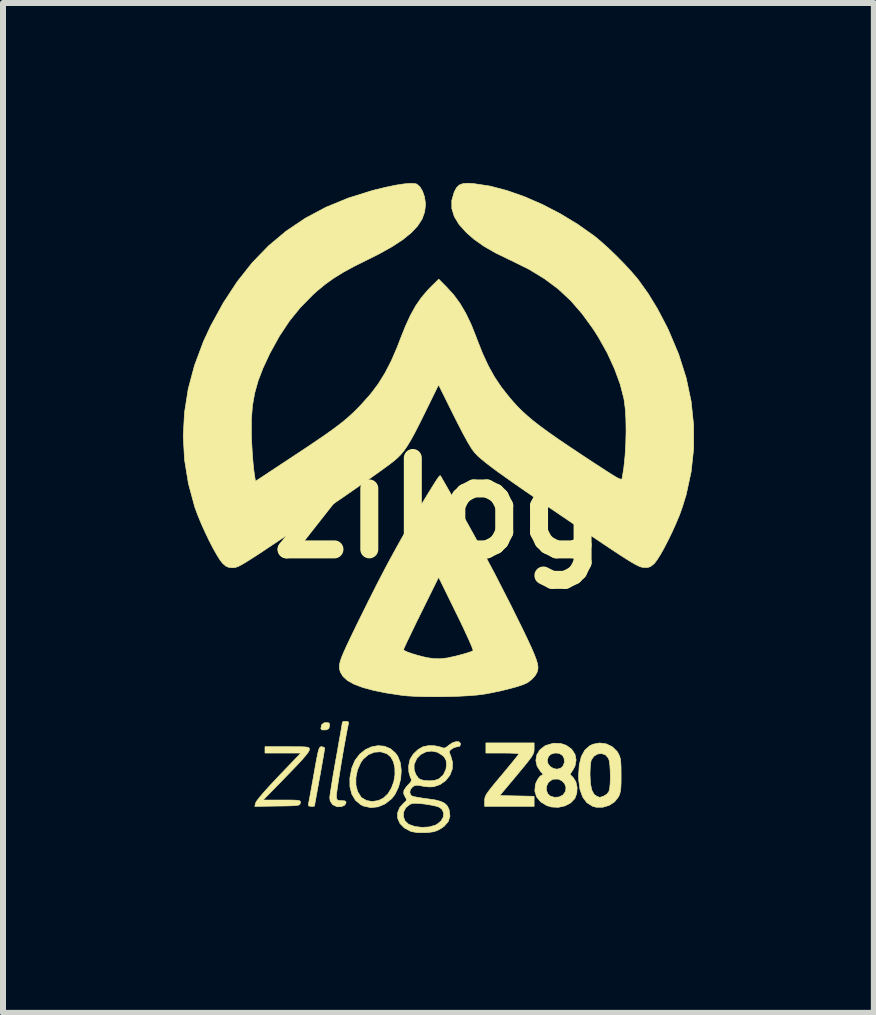
<source format=kicad_pcb>
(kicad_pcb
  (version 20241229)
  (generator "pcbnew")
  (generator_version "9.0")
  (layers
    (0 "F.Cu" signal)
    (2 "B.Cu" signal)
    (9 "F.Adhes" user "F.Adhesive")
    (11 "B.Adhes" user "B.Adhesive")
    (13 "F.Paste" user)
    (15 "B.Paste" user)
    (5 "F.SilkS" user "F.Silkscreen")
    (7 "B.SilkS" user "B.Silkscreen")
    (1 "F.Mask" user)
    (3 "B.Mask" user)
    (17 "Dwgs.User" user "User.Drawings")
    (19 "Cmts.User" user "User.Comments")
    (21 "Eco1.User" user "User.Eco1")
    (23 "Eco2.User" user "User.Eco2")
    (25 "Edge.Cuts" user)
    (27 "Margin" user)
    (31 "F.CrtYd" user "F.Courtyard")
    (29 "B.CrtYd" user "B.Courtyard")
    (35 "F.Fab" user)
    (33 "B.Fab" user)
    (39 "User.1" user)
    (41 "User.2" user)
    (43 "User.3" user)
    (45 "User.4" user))
  (footprint "zilog"
    (layer "F.Cu")
    (at 4.268 5.42)
    (property "Reference" "zilog" (at 0 0 0) (layer "F.SilkS") (effects (font (size 1.524 1.524) (thickness 0.3))))
    (attr through_hole)
    (fp_poly (pts (xy -1.836 3.582) (xy -1.823 3.604) (xy -1.824 3.635) (xy -1.836 3.677) (xy -1.869 3.696) (xy -1.9 3.7) (xy -1.95 3.699) (xy -1.968 3.68) (xy -1.968 3.675) (xy -1.956 3.613) (xy -1.916 3.582) (xy -1.88 3.577) (xy -1.836 3.582)) (stroke (width 0.01) (type solid)) (fill yes) (layer "F.SilkS"))
    (fp_poly (pts (xy -1.916 3.989) (xy -1.905 4.006) (xy -1.909 4.034) (xy -1.919 4.098) (xy -1.935 4.19) (xy -1.955 4.304) (xy -1.978 4.435) (xy -1.99 4.498) (xy -2.014 4.632) (xy -2.036 4.752) (xy -2.054 4.851) (xy -2.067 4.923) (xy -2.073 4.963) (xy -2.074 4.968) (xy -2.093 4.973) (xy -2.13 4.974) (xy -2.169 4.968) (xy -2.177 4.944) (xy -2.174 4.927) (xy -2.167 4.892) (xy -2.154 4.823) (xy -2.136 4.726) (xy -2.115 4.607) (xy -2.091 4.475) (xy -2.083 4.429) (xy -2.057 4.281) (xy -2.036 4.17) (xy -2.02 4.09) (xy -2.006 4.036) (xy -1.994 4.003) (xy -1.981 3.986) (xy -1.967 3.98) (xy -1.954 3.979) (xy -1.916 3.989)) (stroke (width 0.01) (type solid)) (fill yes) (layer "F.SilkS"))
    (fp_poly (pts (xy 1.587 4.012) (xy 1.586 4.045) (xy 1.581 4.076) (xy 1.567 4.109) (xy 1.542 4.151) (xy 1.501 4.206) (xy 1.443 4.279) (xy 1.362 4.377) (xy 1.301 4.451) (xy 1.014 4.794) (xy 1.301 4.8) (xy 1.587 4.806) (xy 1.587 4.974) (xy 0.762 4.974) (xy 0.762 4.883) (xy 0.763 4.85) (xy 0.77 4.82) (xy 0.785 4.785) (xy 0.812 4.742) (xy 0.855 4.685) (xy 0.917 4.608) (xy 1.001 4.507) (xy 1.048 4.451) (xy 1.133 4.349) (xy 1.208 4.258) (xy 1.269 4.183) (xy 1.312 4.129) (xy 1.332 4.101) (xy 1.333 4.098) (xy 1.314 4.093) (xy 1.259 4.089) (xy 1.178 4.086) (xy 1.079 4.085) (xy 1.058 4.085) (xy 0.783 4.085) (xy 0.783 3.916) (xy 1.587 3.916) (xy 1.587 4.012)) (stroke (width 0.01) (type solid)) (fill yes) (layer "F.SilkS"))
    (fp_poly (pts (xy -1.514 3.562) (xy -1.506 3.586) (xy -1.51 3.604) (xy -1.524 3.669) (xy -1.542 3.762) (xy -1.563 3.879) (xy -1.587 4.01) (xy -1.611 4.151) (xy -1.635 4.293) (xy -1.657 4.431) (xy -1.677 4.557) (xy -1.693 4.666) (xy -1.705 4.749) (xy -1.71 4.801) (xy -1.71 4.813) (xy -1.702 4.856) (xy -1.68 4.875) (xy -1.631 4.879) (xy -1.624 4.879) (xy -1.571 4.882) (xy -1.55 4.897) (xy -1.55 4.92) (xy -1.574 4.956) (xy -1.626 4.978) (xy -1.691 4.981) (xy -1.704 4.978) (xy -1.773 4.945) (xy -1.813 4.884) (xy -1.82 4.834) (xy -1.817 4.795) (xy -1.806 4.721) (xy -1.79 4.618) (xy -1.77 4.49) (xy -1.745 4.346) (xy -1.718 4.19) (xy -1.714 4.172) (xy -1.687 4.019) (xy -1.663 3.88) (xy -1.641 3.76) (xy -1.625 3.665) (xy -1.614 3.599) (xy -1.609 3.569) (xy -1.609 3.568) (xy -1.59 3.559) (xy -1.553 3.556) (xy -1.514 3.562)) (stroke (width 0.01) (type solid)) (fill yes) (layer "F.SilkS"))
    (fp_poly (pts (xy -2.396 3.98) (xy -2.299 3.98) (xy -2.233 3.983) (xy -2.192 3.988) (xy -2.17 3.995) (xy -2.161 4.007) (xy -2.159 4.022) (xy -2.159 4.024) (xy -2.164 4.044) (xy -2.181 4.074) (xy -2.213 4.116) (xy -2.261 4.173) (xy -2.329 4.248) (xy -2.419 4.343) (xy -2.534 4.462) (xy -2.676 4.608) (xy -2.698 4.63) (xy -2.931 4.868) (xy -2.618 4.868) (xy -2.497 4.868) (xy -2.412 4.87) (xy -2.357 4.873) (xy -2.326 4.879) (xy -2.312 4.889) (xy -2.309 4.903) (xy -2.311 4.916) (xy -2.315 4.933) (xy -2.324 4.945) (xy -2.345 4.954) (xy -2.383 4.96) (xy -2.444 4.964) (xy -2.535 4.967) (xy -2.661 4.969) (xy -2.694 4.969) (xy -3.07 4.975) (xy -3.056 4.916) (xy -3.036 4.882) (xy -2.989 4.821) (xy -2.917 4.737) (xy -2.823 4.632) (xy -2.709 4.511) (xy -2.672 4.471) (xy -2.302 4.085) (xy -2.9 4.085) (xy -2.9 3.979) (xy -2.529 3.979) (xy -2.396 3.98)) (stroke (width 0.01) (type solid)) (fill yes) (layer "F.SilkS"))
    (fp_poly (pts (xy -0.909 3.971) (xy -0.81 4.012) (xy -0.724 4.086) (xy -0.684 4.143) (xy -0.642 4.251) (xy -0.628 4.38) (xy -0.638 4.517) (xy -0.673 4.65) (xy -0.729 4.769) (xy -0.787 4.845) (xy -0.896 4.932) (xy -1.015 4.982) (xy -1.136 4.995) (xy -1.255 4.969) (xy -1.302 4.947) (xy -1.391 4.873) (xy -1.452 4.771) (xy -1.484 4.646) (xy -1.485 4.501) (xy -1.484 4.495) (xy -1.384 4.495) (xy -1.384 4.618) (xy -1.355 4.729) (xy -1.299 4.818) (xy -1.287 4.83) (xy -1.207 4.877) (xy -1.111 4.893) (xy -1.01 4.877) (xy -0.927 4.837) (xy -0.85 4.764) (xy -0.792 4.669) (xy -0.752 4.56) (xy -0.733 4.445) (xy -0.735 4.333) (xy -0.758 4.231) (xy -0.804 4.149) (xy -0.867 4.096) (xy -0.972 4.064) (xy -1.078 4.071) (xy -1.178 4.113) (xy -1.264 4.188) (xy -1.303 4.243) (xy -1.358 4.367) (xy -1.384 4.495) (xy -1.484 4.495) (xy -1.454 4.341) (xy -1.452 4.332) (xy -1.399 4.207) (xy -1.322 4.106) (xy -1.229 4.03) (xy -1.125 3.982) (xy -1.016 3.962) (xy -0.909 3.971)) (stroke (width 0.01) (type solid)) (fill yes) (layer "F.SilkS"))
    (fp_poly (pts (xy 2.79 3.932) (xy 2.89 3.98) (xy 2.97 4.058) (xy 2.993 4.096) (xy 3.012 4.137) (xy 3.025 4.182) (xy 3.032 4.24) (xy 3.036 4.32) (xy 3.037 4.432) (xy 3.037 4.456) (xy 3.037 4.574) (xy 3.033 4.66) (xy 3.026 4.721) (xy 3.014 4.768) (xy 2.997 4.81) (xy 2.994 4.815) (xy 2.929 4.898) (xy 2.838 4.957) (xy 2.732 4.989) (xy 2.623 4.989) (xy 2.561 4.972) (xy 2.467 4.913) (xy 2.398 4.821) (xy 2.352 4.695) (xy 2.33 4.534) (xy 2.328 4.456) (xy 2.329 4.447) (xy 2.519 4.447) (xy 2.526 4.592) (xy 2.547 4.699) (xy 2.584 4.77) (xy 2.629 4.804) (xy 2.667 4.819) (xy 2.68 4.825) (xy 2.699 4.819) (xy 2.742 4.805) (xy 2.746 4.804) (xy 2.799 4.771) (xy 2.833 4.729) (xy 2.847 4.675) (xy 2.855 4.592) (xy 2.858 4.492) (xy 2.856 4.388) (xy 2.85 4.29) (xy 2.839 4.212) (xy 2.826 4.171) (xy 2.778 4.116) (xy 2.714 4.094) (xy 2.646 4.101) (xy 2.585 4.137) (xy 2.541 4.2) (xy 2.539 4.204) (xy 2.53 4.249) (xy 2.523 4.323) (xy 2.519 4.413) (xy 2.519 4.447) (xy 2.329 4.447) (xy 2.34 4.282) (xy 2.374 4.143) (xy 2.432 4.037) (xy 2.514 3.964) (xy 2.568 3.938) (xy 2.679 3.917) (xy 2.79 3.932)) (stroke (width 0.01) (type solid)) (fill yes) (layer "F.SilkS"))
    (fp_poly (pts (xy 2.036 3.927) (xy 2.126 3.958) (xy 2.213 4.021) (xy 2.268 4.105) (xy 2.287 4.201) (xy 2.269 4.301) (xy 2.235 4.365) (xy 2.185 4.44) (xy 2.239 4.494) (xy 2.283 4.565) (xy 2.304 4.657) (xy 2.299 4.753) (xy 2.268 4.838) (xy 2.266 4.843) (xy 2.196 4.916) (xy 2.101 4.966) (xy 1.992 4.99) (xy 1.879 4.985) (xy 1.799 4.962) (xy 1.696 4.899) (xy 1.629 4.817) (xy 1.599 4.721) (xy 1.6 4.704) (xy 1.791 4.704) (xy 1.816 4.766) (xy 1.856 4.802) (xy 1.928 4.824) (xy 2.006 4.817) (xy 2.07 4.783) (xy 2.07 4.783) (xy 2.112 4.722) (xy 2.118 4.657) (xy 2.096 4.596) (xy 2.051 4.548) (xy 1.989 4.519) (xy 1.916 4.52) (xy 1.884 4.53) (xy 1.826 4.573) (xy 1.795 4.635) (xy 1.791 4.704) (xy 1.6 4.704) (xy 1.608 4.614) (xy 1.619 4.579) (xy 1.65 4.518) (xy 1.684 4.474) (xy 1.697 4.464) (xy 1.74 4.441) (xy 1.697 4.396) (xy 1.637 4.305) (xy 1.616 4.209) (xy 1.617 4.203) (xy 1.806 4.203) (xy 1.818 4.261) (xy 1.855 4.31) (xy 1.909 4.343) (xy 1.969 4.354) (xy 2.029 4.338) (xy 2.069 4.302) (xy 2.093 4.239) (xy 2.086 4.17) (xy 2.06 4.124) (xy 2.005 4.09) (xy 1.936 4.084) (xy 1.87 4.103) (xy 1.828 4.14) (xy 1.806 4.203) (xy 1.617 4.203) (xy 1.632 4.115) (xy 1.682 4.032) (xy 1.766 3.966) (xy 1.785 3.957) (xy 1.911 3.921) (xy 2.036 3.927)) (stroke (width 0.01) (type solid)) (fill yes) (layer "F.SilkS"))
    (fp_poly (pts (xy 0.027 -0.536) (xy 0.351 0.03) (xy 0.651 0.572) (xy 0.931 1.097) (xy 1.195 1.613) (xy 1.391 2.009) (xy 1.475 2.184) (xy 1.541 2.326) (xy 1.59 2.44) (xy 1.624 2.53) (xy 1.645 2.6) (xy 1.652 2.657) (xy 1.647 2.703) (xy 1.633 2.745) (xy 1.609 2.786) (xy 1.603 2.796) (xy 1.552 2.853) (xy 1.486 2.905) (xy 1.472 2.914) (xy 1.404 2.944) (xy 1.302 2.978) (xy 1.174 3.013) (xy 1.028 3.049) (xy 0.873 3.081) (xy 0.76 3.102) (xy 0.647 3.117) (xy 0.501 3.129) (xy 0.332 3.138) (xy 0.149 3.144) (xy -0.038 3.146) (xy -0.22 3.145) (xy -0.387 3.14) (xy -0.531 3.132) (xy -0.624 3.122) (xy -0.881 3.083) (xy -1.097 3.039) (xy -1.275 2.99) (xy -1.417 2.936) (xy -1.524 2.876) (xy -1.599 2.809) (xy -1.643 2.735) (xy -1.65 2.713) (xy -1.658 2.677) (xy -1.66 2.641) (xy -1.656 2.6) (xy -1.643 2.549) (xy -1.621 2.484) (xy -1.586 2.401) (xy -1.568 2.362) (xy -0.591 2.362) (xy -0.573 2.379) (xy -0.522 2.402) (xy -0.447 2.428) (xy -0.357 2.455) (xy -0.262 2.48) (xy -0.19 2.496) (xy -0.083 2.511) (xy 0.021 2.513) (xy 0.135 2.5) (xy 0.271 2.471) (xy 0.324 2.457) (xy 0.418 2.432) (xy 0.496 2.408) (xy 0.55 2.389) (xy 0.57 2.379) (xy 0.565 2.356) (xy 0.544 2.3) (xy 0.507 2.215) (xy 0.458 2.107) (xy 0.399 1.979) (xy 0.33 1.837) (xy 0.291 1.757) (xy -0.005 1.154) (xy -0.297 1.746) (xy -0.37 1.893) (xy -0.435 2.028) (xy -0.492 2.147) (xy -0.539 2.244) (xy -0.571 2.315) (xy -0.589 2.355) (xy -0.591 2.362) (xy -1.568 2.362) (xy -1.538 2.295) (xy -1.475 2.162) (xy -1.395 1.997) (xy -1.357 1.918) (xy -1.178 1.557) (xy -1.012 1.228) (xy -0.853 0.924) (xy -0.697 0.639) (xy -0.542 0.364) (xy -0.383 0.093) (xy -0.365 0.064) (xy -0.264 -0.105) (xy -0.182 -0.24) (xy -0.117 -0.345) (xy -0.068 -0.424) (xy -0.031 -0.48) (xy -0.006 -0.516) (xy 0.011 -0.535) (xy 0.021 -0.54) (xy 0.027 -0.536)) (stroke (width 0.01) (type solid)) (fill yes) (layer "F.SilkS"))
    (fp_poly (pts (xy 0.332 3.897) (xy 0.358 3.922) (xy 0.36 3.937) (xy 0.347 3.971) (xy 0.309 3.979) (xy 0.255 3.993) (xy 0.21 4.019) (xy 0.18 4.046) (xy 0.173 4.072) (xy 0.188 4.112) (xy 0.197 4.133) (xy 0.228 4.243) (xy 0.222 4.353) (xy 0.182 4.456) (xy 0.112 4.545) (xy 0.018 4.611) (xy -0.089 4.647) (xy -0.158 4.65) (xy -0.241 4.642) (xy -0.275 4.636) (xy -0.343 4.622) (xy -0.388 4.623) (xy -0.425 4.639) (xy -0.434 4.644) (xy -0.474 4.688) (xy -0.486 4.74) (xy -0.47 4.786) (xy -0.45 4.801) (xy -0.414 4.812) (xy -0.347 4.825) (xy -0.259 4.839) (xy -0.198 4.847) (xy -0.066 4.866) (xy 0.03 4.891) (xy 0.097 4.924) (xy 0.141 4.968) (xy 0.169 5.028) (xy 0.171 5.036) (xy 0.184 5.137) (xy 0.156 5.227) (xy 0.087 5.306) (xy 0.036 5.342) (xy -0.028 5.377) (xy -0.089 5.397) (xy -0.166 5.408) (xy -0.228 5.412) (xy -0.361 5.411) (xy -0.46 5.394) (xy -0.473 5.389) (xy -0.577 5.333) (xy -0.649 5.26) (xy -0.687 5.175) (xy -0.688 5.143) (xy -0.593 5.143) (xy -0.567 5.214) (xy -0.51 5.269) (xy -0.502 5.274) (xy -0.4 5.31) (xy -0.282 5.324) (xy -0.162 5.317) (xy -0.059 5.287) (xy -0.033 5.274) (xy 0.035 5.218) (xy 0.073 5.151) (xy 0.079 5.084) (xy 0.052 5.025) (xy 0.005 4.988) (xy -0.042 4.972) (xy -0.118 4.955) (xy -0.208 4.94) (xy -0.24 4.935) (xy -0.336 4.925) (xy -0.401 4.922) (xy -0.447 4.927) (xy -0.484 4.941) (xy -0.488 4.943) (xy -0.553 4.996) (xy -0.588 5.067) (xy -0.593 5.143) (xy -0.688 5.143) (xy -0.69 5.085) (xy -0.655 4.996) (xy -0.589 4.921) (xy -0.549 4.885) (xy -0.54 4.86) (xy -0.554 4.829) (xy -0.56 4.822) (xy -0.588 4.762) (xy -0.583 4.706) (xy -0.541 4.645) (xy -0.519 4.621) (xy -0.476 4.576) (xy -0.459 4.545) (xy -0.463 4.515) (xy -0.477 4.487) (xy -0.502 4.4) (xy -0.505 4.298) (xy -0.502 4.285) (xy -0.414 4.285) (xy -0.413 4.363) (xy -0.386 4.441) (xy -0.342 4.503) (xy -0.311 4.525) (xy -0.241 4.544) (xy -0.153 4.548) (xy -0.066 4.539) (xy -0.001 4.516) (xy 0.074 4.449) (xy 0.117 4.356) (xy 0.127 4.276) (xy 0.119 4.206) (xy 0.09 4.154) (xy 0.064 4.128) (xy -0.023 4.072) (xy -0.119 4.052) (xy -0.214 4.064) (xy -0.301 4.107) (xy -0.369 4.176) (xy -0.411 4.27) (xy -0.414 4.285) (xy -0.502 4.285) (xy -0.485 4.201) (xy -0.479 4.185) (xy -0.426 4.101) (xy -0.349 4.028) (xy -0.268 3.981) (xy -0.178 3.962) (xy -0.075 3.963) (xy 0.018 3.982) (xy 0.032 3.988) (xy 0.075 4.002) (xy 0.108 3.998) (xy 0.149 3.968) (xy 0.165 3.955) (xy 0.226 3.914) (xy 0.285 3.895) (xy 0.332 3.897)) (stroke (width 0.01) (type solid)) (fill yes) (layer "F.SilkS"))
    (fp_poly (pts (xy 0.585 -5.408) (xy 0.85 -5.368) (xy 1.133 -5.294) (xy 1.427 -5.191) (xy 1.725 -5.061) (xy 2.023 -4.907) (xy 2.313 -4.731) (xy 2.589 -4.536) (xy 2.593 -4.533) (xy 2.7 -4.444) (xy 2.825 -4.332) (xy 2.957 -4.205) (xy 3.087 -4.073) (xy 3.206 -3.944) (xy 3.305 -3.829) (xy 3.328 -3.8) (xy 3.488 -3.576) (xy 3.642 -3.324) (xy 3.793 -3.037) (xy 3.832 -2.956) (xy 3.997 -2.564) (xy 4.122 -2.171) (xy 4.205 -1.777) (xy 4.246 -1.384) (xy 4.247 -0.993) (xy 4.205 -0.605) (xy 4.122 -0.221) (xy 4.053 0.001) (xy 4.008 0.125) (xy 3.951 0.26) (xy 3.888 0.4) (xy 3.821 0.538) (xy 3.755 0.666) (xy 3.692 0.778) (xy 3.636 0.866) (xy 3.592 0.924) (xy 3.582 0.933) (xy 3.529 0.975) (xy 3.482 0.991) (xy 3.42 0.991) (xy 3.408 0.99) (xy 3.382 0.986) (xy 3.351 0.977) (xy 3.314 0.96) (xy 3.265 0.935) (xy 3.203 0.899) (xy 3.124 0.85) (xy 3.024 0.786) (xy 2.901 0.705) (xy 2.751 0.605) (xy 2.571 0.484) (xy 2.464 0.413) (xy 2.164 0.211) (xy 1.897 0.03) (xy 1.662 -0.13) (xy 1.456 -0.271) (xy 1.277 -0.395) (xy 1.124 -0.503) (xy 0.993 -0.596) (xy 0.884 -0.677) (xy 0.794 -0.746) (xy 0.721 -0.805) (xy 0.663 -0.855) (xy 0.618 -0.899) (xy 0.594 -0.925) (xy 0.547 -0.988) (xy 0.485 -1.09) (xy 0.407 -1.231) (xy 0.315 -1.409) (xy 0.249 -1.54) (xy -0.006 -2.054) (xy -0.233 -1.59) (xy -0.324 -1.407) (xy -0.4 -1.258) (xy -0.466 -1.137) (xy -0.525 -1.039) (xy -0.58 -0.959) (xy -0.635 -0.892) (xy -0.694 -0.833) (xy -0.759 -0.778) (xy -0.832 -0.722) (xy -0.955 -0.632) (xy -1.088 -0.537) (xy -1.233 -0.434) (xy -1.394 -0.322) (xy -1.574 -0.197) (xy -1.777 -0.058) (xy -2.007 0.097) (xy -2.266 0.272) (xy -2.481 0.416) (xy -2.678 0.549) (xy -2.843 0.659) (xy -2.979 0.75) (xy -3.091 0.822) (xy -3.18 0.879) (xy -3.25 0.922) (xy -3.304 0.953) (xy -3.346 0.974) (xy -3.379 0.986) (xy -3.405 0.993) (xy -3.429 0.995) (xy -3.438 0.995) (xy -3.505 0.989) (xy -3.555 0.967) (xy -3.606 0.922) (xy -3.649 0.868) (xy -3.703 0.781) (xy -3.766 0.67) (xy -3.832 0.542) (xy -3.898 0.404) (xy -3.961 0.264) (xy -4.017 0.129) (xy -4.062 0.008) (xy -4.071 -0.017) (xy -4.177 -0.41) (xy -4.241 -0.803) (xy -4.263 -1.197) (xy -4.242 -1.59) (xy -4.18 -1.985) (xy -4.075 -2.378) (xy -3.928 -2.772) (xy -3.807 -3.033) (xy -3.594 -3.422) (xy -3.363 -3.774) (xy -3.113 -4.09) (xy -2.841 -4.371) (xy -2.547 -4.617) (xy -2.228 -4.832) (xy -1.884 -5.015) (xy -1.512 -5.168) (xy -1.112 -5.293) (xy -1.074 -5.303) (xy -0.882 -5.349) (xy -0.714 -5.384) (xy -0.574 -5.405) (xy -0.464 -5.413) (xy -0.389 -5.407) (xy -0.37 -5.401) (xy -0.318 -5.357) (xy -0.273 -5.282) (xy -0.24 -5.186) (xy -0.225 -5.082) (xy -0.224 -5.059) (xy -0.238 -4.936) (xy -0.281 -4.818) (xy -0.355 -4.703) (xy -0.461 -4.59) (xy -0.602 -4.475) (xy -0.779 -4.359) (xy -0.995 -4.238) (xy -1.195 -4.138) (xy -1.411 -4.031) (xy -1.594 -3.931) (xy -1.753 -3.833) (xy -1.895 -3.731) (xy -2.028 -3.622) (xy -2.106 -3.551) (xy -2.312 -3.341) (xy -2.495 -3.115) (xy -2.661 -2.864) (xy -2.817 -2.581) (xy -2.823 -2.569) (xy -2.932 -2.336) (xy -3.014 -2.122) (xy -3.072 -1.915) (xy -3.109 -1.705) (xy -3.126 -1.48) (xy -3.127 -1.228) (xy -3.125 -1.165) (xy -3.118 -1.028) (xy -3.11 -0.892) (xy -3.1 -0.767) (xy -3.09 -0.665) (xy -3.085 -0.62) (xy -3.059 -0.446) (xy -2.411 -0.874) (xy -2.207 -1.009) (xy -2.035 -1.125) (xy -1.889 -1.225) (xy -1.767 -1.312) (xy -1.663 -1.39) (xy -1.572 -1.462) (xy -1.492 -1.532) (xy -1.417 -1.601) (xy -1.343 -1.675) (xy -1.288 -1.733) (xy -1.14 -1.899) (xy -1.012 -2.069) (xy -0.899 -2.251) (xy -0.794 -2.454) (xy -0.694 -2.686) (xy -0.644 -2.817) (xy -0.558 -3.033) (xy -0.474 -3.215) (xy -0.388 -3.37) (xy -0.295 -3.505) (xy -0.192 -3.627) (xy -0.13 -3.691) (xy -0.003 -3.816) (xy 0.121 -3.691) (xy 0.244 -3.557) (xy 0.352 -3.41) (xy 0.449 -3.245) (xy 0.54 -3.054) (xy 0.63 -2.828) (xy 0.633 -2.817) (xy 0.727 -2.579) (xy 0.823 -2.372) (xy 0.926 -2.186) (xy 1.043 -2.012) (xy 1.18 -1.839) (xy 1.233 -1.777) (xy 1.309 -1.694) (xy 1.389 -1.614) (xy 1.477 -1.534) (xy 1.576 -1.451) (xy 1.692 -1.361) (xy 1.828 -1.262) (xy 1.987 -1.15) (xy 2.175 -1.023) (xy 2.394 -0.877) (xy 2.406 -0.869) (xy 2.573 -0.759) (xy 2.709 -0.671) (xy 2.815 -0.602) (xy 2.897 -0.55) (xy 2.957 -0.514) (xy 2.999 -0.492) (xy 3.027 -0.482) (xy 3.043 -0.481) (xy 3.051 -0.488) (xy 3.056 -0.501) (xy 3.056 -0.505) (xy 3.083 -0.676) (xy 3.103 -0.869) (xy 3.115 -1.075) (xy 3.12 -1.281) (xy 3.117 -1.479) (xy 3.106 -1.657) (xy 3.087 -1.806) (xy 3.083 -1.827) (xy 3.021 -2.067) (xy 2.927 -2.322) (xy 2.807 -2.584) (xy 2.662 -2.843) (xy 2.572 -2.985) (xy 2.389 -3.237) (xy 2.198 -3.457) (xy 1.99 -3.651) (xy 1.76 -3.823) (xy 1.502 -3.98) (xy 1.209 -4.125) (xy 1.181 -4.138) (xy 0.948 -4.251) (xy 0.751 -4.364) (xy 0.584 -4.482) (xy 0.461 -4.59) (xy 0.337 -4.726) (xy 0.256 -4.86) (xy 0.215 -4.993) (xy 0.214 -5.128) (xy 0.254 -5.265) (xy 0.256 -5.27) (xy 0.293 -5.34) (xy 0.339 -5.385) (xy 0.401 -5.409) (xy 0.488 -5.415) (xy 0.585 -5.408)) (stroke (width 0.01) (type solid)) (fill yes) (layer "F.SilkS")))
  (gr_rect
    (start -3 -3)
    (end 11.519 13.837)
    (stroke (width 0.1) (type default))
    (fill no)
    (layer "Edge.Cuts")))
</source>
